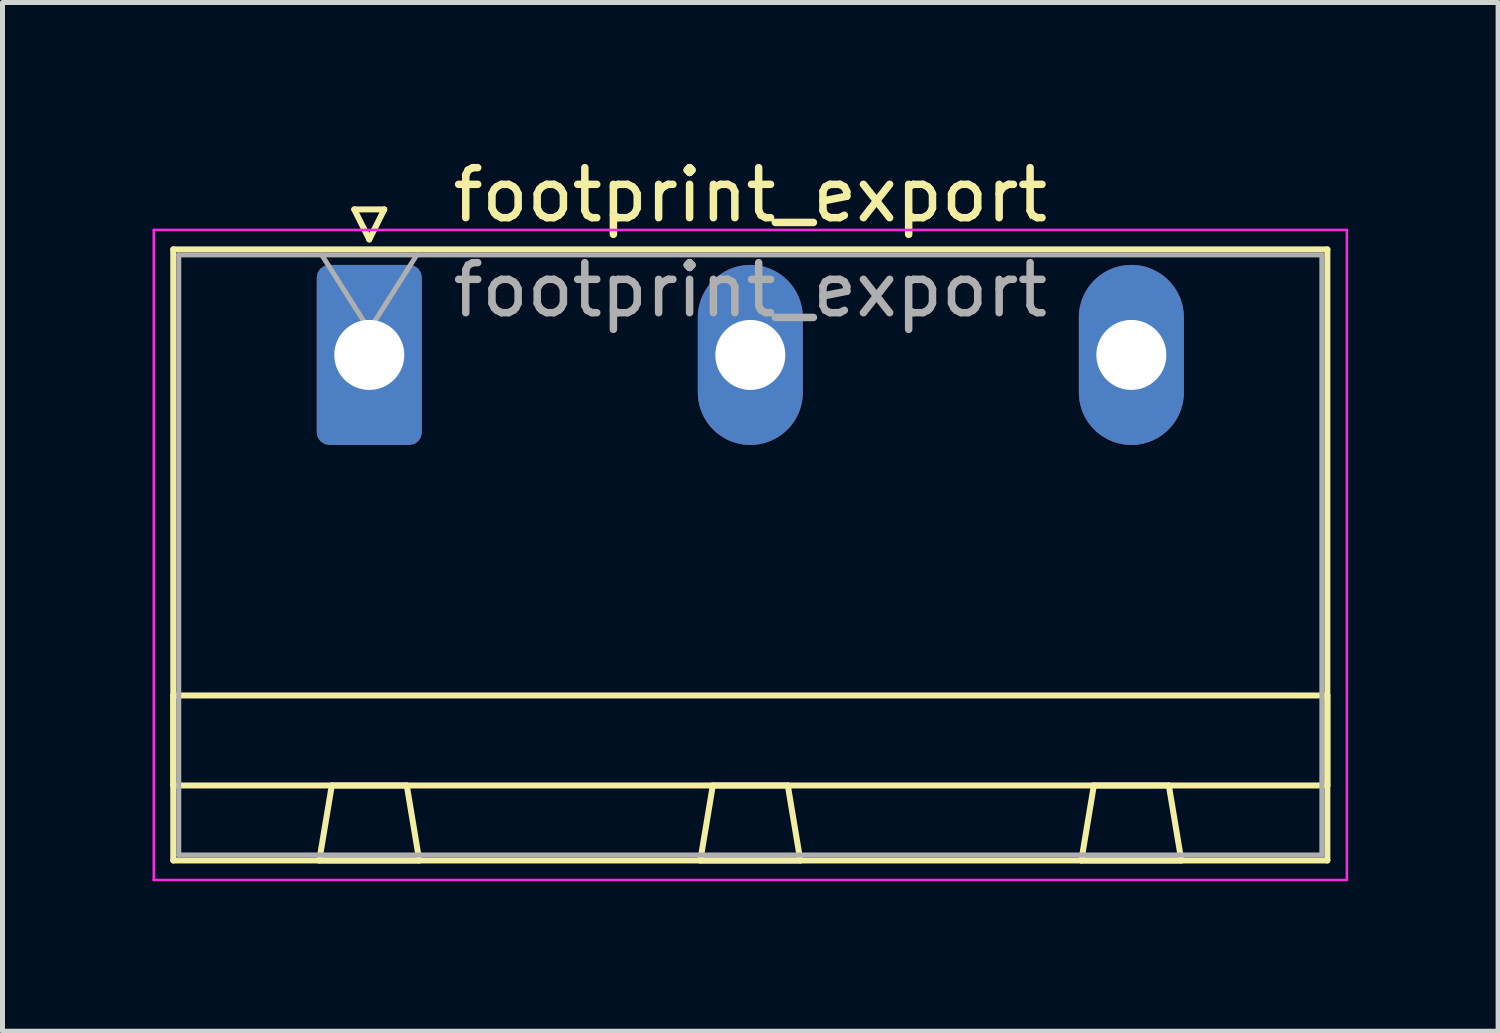
<source format=kicad_pcb>
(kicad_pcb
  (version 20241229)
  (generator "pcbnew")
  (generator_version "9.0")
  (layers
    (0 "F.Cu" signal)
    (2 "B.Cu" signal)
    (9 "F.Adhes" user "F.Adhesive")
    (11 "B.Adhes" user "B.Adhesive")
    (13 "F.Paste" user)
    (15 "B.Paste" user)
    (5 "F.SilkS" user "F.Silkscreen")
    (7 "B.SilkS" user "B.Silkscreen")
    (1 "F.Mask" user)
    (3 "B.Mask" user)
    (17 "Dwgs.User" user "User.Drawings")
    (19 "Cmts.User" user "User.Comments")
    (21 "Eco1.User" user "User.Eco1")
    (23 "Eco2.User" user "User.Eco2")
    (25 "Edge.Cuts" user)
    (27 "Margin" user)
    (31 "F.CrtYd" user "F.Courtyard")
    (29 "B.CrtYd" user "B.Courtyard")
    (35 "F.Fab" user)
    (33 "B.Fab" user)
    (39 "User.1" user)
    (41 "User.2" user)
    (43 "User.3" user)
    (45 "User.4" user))
  (footprint "footprint_export"
    (layer "F.Cu")
    (at 4.335 4.048)
    (property "Reference" "footprint_export" (at 7.62 -3.2 0) (layer "F.SilkS") (effects (font (size 1 1) (thickness 0.15))))
    (attr through_hole)
    (fp_line (start -3.92 -2.11) (end -3.92 10.11) (stroke (width 0.12) (type solid)) (layer "F.SilkS"))
    (fp_line (start -3.92 6.81) (end 19.16 6.81) (stroke (width 0.12) (type solid)) (layer "F.SilkS"))
    (fp_line (start -3.92 8.61) (end -3.92 6.81) (stroke (width 0.12) (type solid)) (layer "F.SilkS"))
    (fp_line (start -3.92 10.11) (end 19.16 10.11) (stroke (width 0.12) (type solid)) (layer "F.SilkS"))
    (fp_line (start -1 10.11) (end 1 10.11) (stroke (width 0.12) (type solid)) (layer "F.SilkS"))
    (fp_line (start -0.75 8.61) (end -1 10.11) (stroke (width 0.12) (type solid)) (layer "F.SilkS"))
    (fp_line (start -0.3 -2.91) (end 0.3 -2.91) (stroke (width 0.12) (type solid)) (layer "F.SilkS"))
    (fp_line (start 0 -2.31) (end -0.3 -2.91) (stroke (width 0.12) (type solid)) (layer "F.SilkS"))
    (fp_line (start 0.3 -2.91) (end 0 -2.31) (stroke (width 0.12) (type solid)) (layer "F.SilkS"))
    (fp_line (start 0.75 8.61) (end -0.75 8.61) (stroke (width 0.12) (type solid)) (layer "F.SilkS"))
    (fp_line (start 1 10.11) (end 0.75 8.61) (stroke (width 0.12) (type solid)) (layer "F.SilkS"))
    (fp_line (start 6.62 10.11) (end 8.62 10.11) (stroke (width 0.12) (type solid)) (layer "F.SilkS"))
    (fp_line (start 6.87 8.61) (end 6.62 10.11) (stroke (width 0.12) (type solid)) (layer "F.SilkS"))
    (fp_line (start 8.37 8.61) (end 6.87 8.61) (stroke (width 0.12) (type solid)) (layer "F.SilkS"))
    (fp_line (start 8.62 10.11) (end 8.37 8.61) (stroke (width 0.12) (type solid)) (layer "F.SilkS"))
    (fp_line (start 14.24 10.11) (end 16.24 10.11) (stroke (width 0.12) (type solid)) (layer "F.SilkS"))
    (fp_line (start 14.49 8.61) (end 14.24 10.11) (stroke (width 0.12) (type solid)) (layer "F.SilkS"))
    (fp_line (start 15.99 8.61) (end 14.49 8.61) (stroke (width 0.12) (type solid)) (layer "F.SilkS"))
    (fp_line (start 16.24 10.11) (end 15.99 8.61) (stroke (width 0.12) (type solid)) (layer "F.SilkS"))
    (fp_line (start 19.16 -2.11) (end -3.92 -2.11) (stroke (width 0.12) (type solid)) (layer "F.SilkS"))
    (fp_line (start 19.16 6.81) (end 19.16 8.61) (stroke (width 0.12) (type solid)) (layer "F.SilkS"))
    (fp_line (start 19.16 8.61) (end -3.92 8.61) (stroke (width 0.12) (type solid)) (layer "F.SilkS"))
    (fp_line (start 19.16 10.11) (end 19.16 -2.11) (stroke (width 0.12) (type solid)) (layer "F.SilkS"))
    (fp_line (start -4.31 -2.5) (end -4.31 10.5) (stroke (width 0.05) (type solid)) (layer "F.CrtYd"))
    (fp_line (start -4.31 10.5) (end 19.55 10.5) (stroke (width 0.05) (type solid)) (layer "F.CrtYd"))
    (fp_line (start 19.55 -2.5) (end -4.31 -2.5) (stroke (width 0.05) (type solid)) (layer "F.CrtYd"))
    (fp_line (start 19.55 10.5) (end 19.55 -2.5) (stroke (width 0.05) (type solid)) (layer "F.CrtYd"))
    (fp_line (start -3.81 -2) (end -3.81 10) (stroke (width 0.1) (type solid)) (layer "F.Fab"))
    (fp_line (start -3.81 10) (end 19.05 10) (stroke (width 0.1) (type solid)) (layer "F.Fab"))
    (fp_line (start 0 -0.5) (end -0.95 -2) (stroke (width 0.1) (type solid)) (layer "F.Fab"))
    (fp_line (start 0.95 -2) (end 0 -0.5) (stroke (width 0.1) (type solid)) (layer "F.Fab"))
    (fp_line (start 19.05 -2) (end -3.81 -2) (stroke (width 0.1) (type solid)) (layer "F.Fab"))
    (fp_line (start 19.05 10) (end 19.05 -2) (stroke (width 0.1) (type solid)) (layer "F.Fab"))
    (fp_text user "${REFERENCE}" (at 7.62 -1.3 0) (layer "F.Fab") (effects (font (size 1 1) (thickness 0.15))))
    (pad "1" thru_hole roundrect (at 0 0) (size 2.1 3.6) (drill 1.4) (layers "*.Cu" "*.Mask") (roundrect_rratio 0.119))
    (pad "2" thru_hole oval (at 7.62 0) (size 2.1 3.6) (drill 1.4) (layers "*.Cu" "*.Mask"))
    (pad "3" thru_hole oval (at 15.24 0) (size 2.1 3.6) (drill 1.4) (layers "*.Cu" "*.Mask")))
  (gr_rect
    (start -3 -3)
    (end 26.91 17.573)
    (stroke (width 0.1) (type default))
    (fill no)
    (layer "Edge.Cuts")))
</source>
